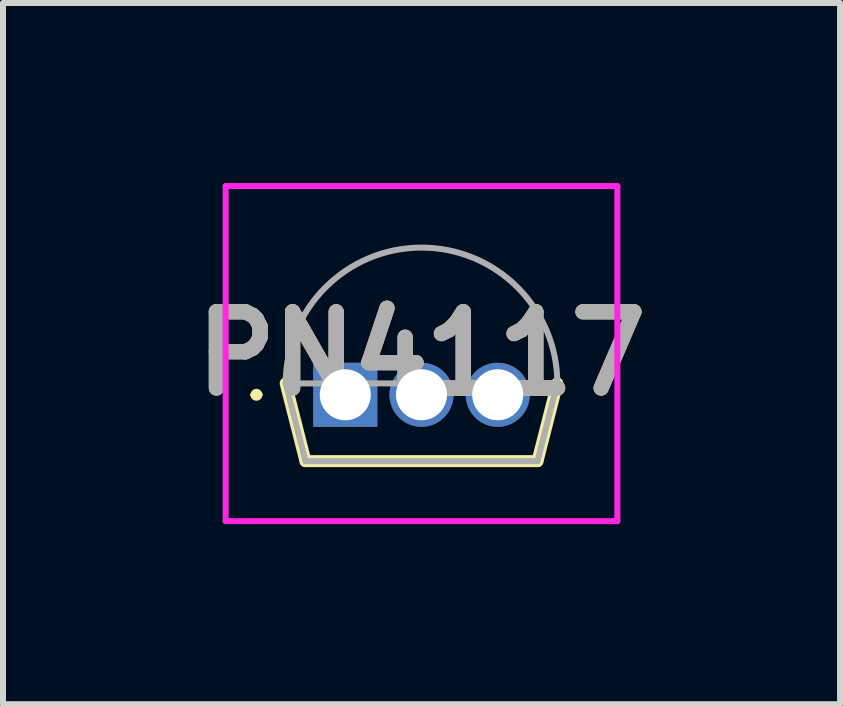
<source format=kicad_pcb>
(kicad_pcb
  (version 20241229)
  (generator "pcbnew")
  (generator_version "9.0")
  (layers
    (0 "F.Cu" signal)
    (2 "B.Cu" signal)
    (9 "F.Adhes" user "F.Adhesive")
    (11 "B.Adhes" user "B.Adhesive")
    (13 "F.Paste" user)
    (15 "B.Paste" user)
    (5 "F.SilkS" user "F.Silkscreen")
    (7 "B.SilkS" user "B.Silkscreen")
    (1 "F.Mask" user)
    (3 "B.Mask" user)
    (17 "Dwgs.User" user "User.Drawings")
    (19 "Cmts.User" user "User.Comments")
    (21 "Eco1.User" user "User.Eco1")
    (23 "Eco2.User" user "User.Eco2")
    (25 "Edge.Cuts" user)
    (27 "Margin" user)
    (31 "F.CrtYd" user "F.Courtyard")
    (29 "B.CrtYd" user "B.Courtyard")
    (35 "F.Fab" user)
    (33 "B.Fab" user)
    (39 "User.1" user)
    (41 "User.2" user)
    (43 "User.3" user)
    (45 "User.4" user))
  (footprint "PN4117"
    (layer "F.Cu")
    (at 2.703 3.528)
    (property "Reference" "PN4117" (at 1.27 -0.687 0) (layer "F.SilkS") (effects (font (size 1.27 1.27) (thickness 0.254))))
    (attr through_hole)
    (fp_line (start -1.53 0) (end -1.53 0) (stroke (width 0.1) (type solid)) (layer "F.SilkS"))
    (fp_line (start -1.43 0) (end -1.43 0) (stroke (width 0.1) (type solid)) (layer "F.SilkS"))
    (fp_line (start -0.993 -0.19) (end -0.663 1.105) (stroke (width 0.2) (type solid)) (layer "F.SilkS"))
    (fp_line (start -0.663 1.105) (end 3.203 1.105) (stroke (width 0.2) (type solid)) (layer "F.SilkS"))
    (fp_line (start 3.203 1.105) (end 3.533 -0.19) (stroke (width 0.2) (type solid)) (layer "F.SilkS"))
    (fp_arc (start -1.53 0) (mid -1.48 -0.05) (end -1.43 0) (stroke (width 0.1) (type solid)) (layer "F.SilkS"))
    (fp_arc (start -1.43 0) (mid -1.48 0.05) (end -1.53 0) (stroke (width 0.1) (type solid)) (layer "F.SilkS"))
    (fp_line (start -1.993 -3.478) (end -1.993 2.105) (stroke (width 0.1) (type solid)) (layer "F.CrtYd"))
    (fp_line (start -1.993 2.105) (end 4.533 2.105) (stroke (width 0.1) (type solid)) (layer "F.CrtYd"))
    (fp_line (start 4.533 -3.478) (end -1.993 -3.478) (stroke (width 0.1) (type solid)) (layer "F.CrtYd"))
    (fp_line (start 4.533 2.105) (end 4.533 -3.478) (stroke (width 0.1) (type solid)) (layer "F.CrtYd"))
    (fp_line (start -0.993 -0.19) (end -0.663 1.105) (stroke (width 0.1) (type solid)) (layer "F.Fab"))
    (fp_line (start -0.992 -0.19) (end 3.533 -0.19) (stroke (width 0.1) (type solid)) (layer "F.Fab"))
    (fp_line (start -0.663 1.105) (end 3.203 1.105) (stroke (width 0.1) (type solid)) (layer "F.Fab"))
    (fp_line (start 3.203 1.105) (end 3.533 -0.19) (stroke (width 0.1) (type solid)) (layer "F.Fab"))
    (fp_line (start 3.533 -0.19) (end 3.533 -0.19) (stroke (width 0.1) (type solid)) (layer "F.Fab"))
    (fp_arc (start -0.992 -0.19) (mid 1.2705 -2.4525) (end 3.533 -0.19) (stroke (width 0.1) (type solid)) (layer "F.Fab"))
    (fp_text user "${REFERENCE}" (at 1.27 -0.687 0) (layer "F.Fab") (effects (font (size 1.27 1.27) (thickness 0.254))))
    (pad "1" thru_hole rect (at 0 0) (size 1.067 1.067) (drill 0.85) (layers "*.Cu" "*.Mask"))
    (pad "2" thru_hole circle (at 1.27 0) (size 1.067 1.067) (drill 0.85) (layers "*.Cu" "*.Mask"))
    (pad "3" thru_hole circle (at 2.54 0) (size 1.067 1.067) (drill 0.85) (layers "*.Cu" "*.Mask")))
  (gr_rect
    (start -3 -3)
    (end 10.947 8.683)
    (stroke (width 0.1) (type default))
    (fill no)
    (layer "Edge.Cuts")))
</source>
